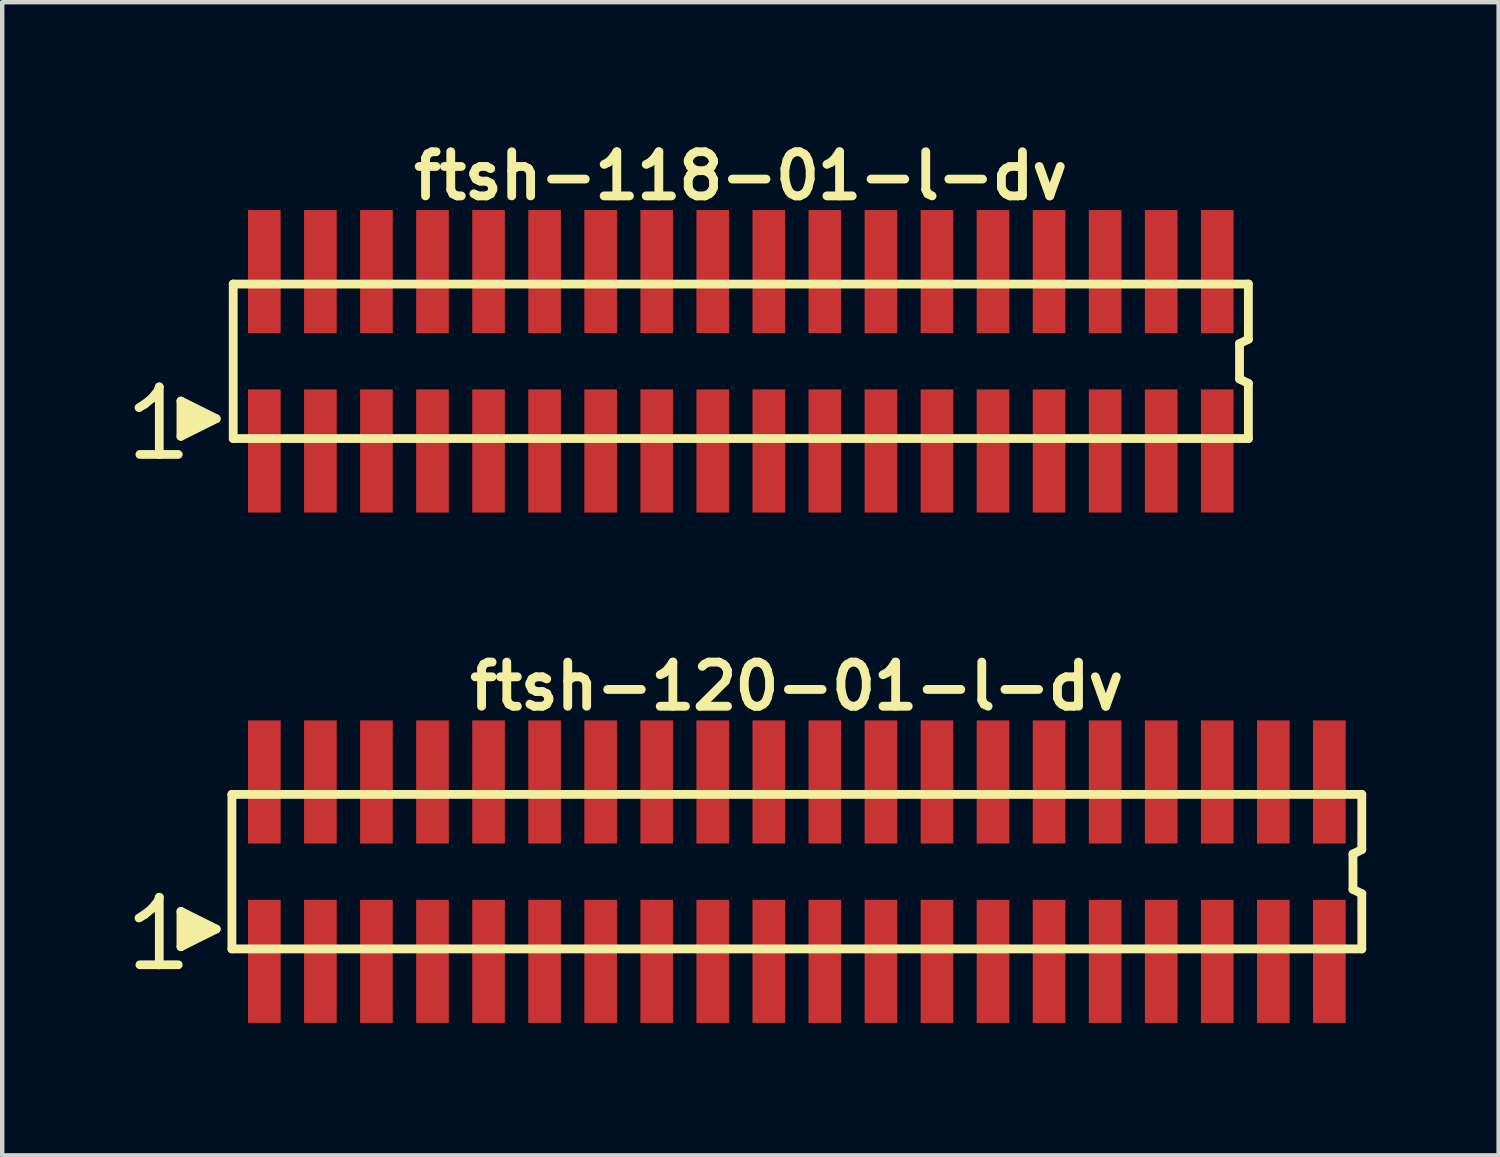
<source format=kicad_pcb>
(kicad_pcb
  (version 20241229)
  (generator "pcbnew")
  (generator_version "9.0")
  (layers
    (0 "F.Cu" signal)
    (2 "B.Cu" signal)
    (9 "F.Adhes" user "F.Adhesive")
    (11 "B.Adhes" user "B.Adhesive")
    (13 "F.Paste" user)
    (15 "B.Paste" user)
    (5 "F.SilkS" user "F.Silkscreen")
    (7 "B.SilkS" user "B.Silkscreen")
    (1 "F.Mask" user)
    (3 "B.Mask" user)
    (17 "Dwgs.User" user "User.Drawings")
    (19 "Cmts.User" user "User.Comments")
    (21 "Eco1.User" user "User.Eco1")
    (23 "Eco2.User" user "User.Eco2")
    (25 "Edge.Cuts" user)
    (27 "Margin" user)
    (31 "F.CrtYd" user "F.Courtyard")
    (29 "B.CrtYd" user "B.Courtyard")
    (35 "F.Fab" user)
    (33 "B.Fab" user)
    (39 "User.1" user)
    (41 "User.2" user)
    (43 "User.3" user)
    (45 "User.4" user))
  (footprint "ftsh-120-01-l-dv"
    (layer "F.Cu")
    (at 15.004 16.699)
    (property "Reference" "ftsh-120-01-l-dv" (at 0 -4.2 0) (layer "F.SilkS") (effects (font (size 1 1) (thickness 0.2))))
    (attr smd)
    (fp_line (start -14.905 1.05) (end -14.775 0.97) (stroke (width 0.198) (type solid)) (layer "F.SilkS"))
    (fp_line (start -14.775 0.97) (end -14.615 0.84) (stroke (width 0.198) (type solid)) (layer "F.SilkS"))
    (fp_line (start -14.615 0.84) (end -14.475 0.67) (stroke (width 0.198) (type solid)) (layer "F.SilkS"))
    (fp_line (start -14.475 0.67) (end -14.445 0.58) (stroke (width 0.198) (type solid)) (layer "F.SilkS"))
    (fp_line (start -14.445 0.58) (end -14.445 2.11) (stroke (width 0.198) (type solid)) (layer "F.SilkS"))
    (fp_line (start -14.445 2.11) (end -14.885 2.11) (stroke (width 0.198) (type solid)) (layer "F.SilkS"))
    (fp_line (start -14.015 2.11) (end -14.455 2.11) (stroke (width 0.198) (type solid)) (layer "F.SilkS"))
    (fp_line (start -13.955 0.9) (end -13.155 1.3) (stroke (width 0.198) (type solid)) (layer "F.SilkS"))
    (fp_line (start -13.955 1.7) (end -13.955 0.9) (stroke (width 0.198) (type solid)) (layer "F.SilkS"))
    (fp_line (start -13.855 1.6) (end -13.855 1) (stroke (width 0.198) (type solid)) (layer "F.SilkS"))
    (fp_line (start -13.755 1.1) (end -13.755 1.5) (stroke (width 0.198) (type solid)) (layer "F.SilkS"))
    (fp_line (start -13.655 1.5) (end -13.655 1.1) (stroke (width 0.198) (type solid)) (layer "F.SilkS"))
    (fp_line (start -13.555 1.2) (end -13.555 1.4) (stroke (width 0.198) (type solid)) (layer "F.SilkS"))
    (fp_line (start -13.455 1.4) (end -13.455 1.2) (stroke (width 0.198) (type solid)) (layer "F.SilkS"))
    (fp_line (start -13.155 1.3) (end -13.955 1.7) (stroke (width 0.198) (type solid)) (layer "F.SilkS"))
    (fp_line (start -12.8 -1.75) (end -12.8 1.75) (stroke (width 0.2) (type solid)) (layer "F.SilkS"))
    (fp_line (start -12.8 -1.75) (end 12.8 -1.75) (stroke (width 0.2) (type solid)) (layer "F.SilkS"))
    (fp_line (start -12.8 1.75) (end 12.8 1.75) (stroke (width 0.2) (type solid)) (layer "F.SilkS"))
    (fp_line (start 12.6 -0.4) (end 12.6 0.4) (stroke (width 0.2) (type solid)) (layer "F.SilkS"))
    (fp_line (start 12.6 0.4) (end 12.8 0.5) (stroke (width 0.2) (type solid)) (layer "F.SilkS"))
    (fp_line (start 12.8 -0.5) (end 12.6 -0.4) (stroke (width 0.2) (type solid)) (layer "F.SilkS"))
    (fp_line (start 12.8 -0.5) (end 12.8 -1.75) (stroke (width 0.2) (type solid)) (layer "F.SilkS"))
    (fp_line (start 12.8 0.5) (end 12.8 1.75) (stroke (width 0.2) (type solid)) (layer "F.SilkS"))
    (pad "1" smd rect (at -12.065 2.032) (size 0.74 2.79) (layers "F.Cu" "F.Mask" "F.Paste"))
    (pad "2" smd rect (at -12.065 -2.032) (size 0.74 2.79) (layers "F.Cu" "F.Mask" "F.Paste"))
    (pad "3" smd rect (at -10.795 2.032) (size 0.74 2.79) (layers "F.Cu" "F.Mask" "F.Paste"))
    (pad "4" smd rect (at -10.795 -2.032) (size 0.74 2.79) (layers "F.Cu" "F.Mask" "F.Paste"))
    (pad "5" smd rect (at -9.525 2.032) (size 0.74 2.79) (layers "F.Cu" "F.Mask" "F.Paste"))
    (pad "6" smd rect (at -9.525 -2.032) (size 0.74 2.79) (layers "F.Cu" "F.Mask" "F.Paste"))
    (pad "7" smd rect (at -8.255 2.032) (size 0.74 2.79) (layers "F.Cu" "F.Mask" "F.Paste"))
    (pad "8" smd rect (at -8.255 -2.032) (size 0.74 2.79) (layers "F.Cu" "F.Mask" "F.Paste"))
    (pad "9" smd rect (at -6.985 2.032) (size 0.74 2.79) (layers "F.Cu" "F.Mask" "F.Paste"))
    (pad "10" smd rect (at -6.985 -2.032) (size 0.74 2.79) (layers "F.Cu" "F.Mask" "F.Paste"))
    (pad "11" smd rect (at -5.715 2.032) (size 0.74 2.79) (layers "F.Cu" "F.Mask" "F.Paste"))
    (pad "12" smd rect (at -5.715 -2.032) (size 0.74 2.79) (layers "F.Cu" "F.Mask" "F.Paste"))
    (pad "13" smd rect (at -4.445 2.032) (size 0.74 2.79) (layers "F.Cu" "F.Mask" "F.Paste"))
    (pad "14" smd rect (at -4.445 -2.032) (size 0.74 2.79) (layers "F.Cu" "F.Mask" "F.Paste"))
    (pad "15" smd rect (at -3.175 2.032) (size 0.74 2.79) (layers "F.Cu" "F.Mask" "F.Paste"))
    (pad "16" smd rect (at -3.175 -2.032) (size 0.74 2.79) (layers "F.Cu" "F.Mask" "F.Paste"))
    (pad "17" smd rect (at -1.905 2.032) (size 0.74 2.79) (layers "F.Cu" "F.Mask" "F.Paste"))
    (pad "18" smd rect (at -1.905 -2.032) (size 0.74 2.79) (layers "F.Cu" "F.Mask" "F.Paste"))
    (pad "19" smd rect (at -0.635 2.032) (size 0.74 2.79) (layers "F.Cu" "F.Mask" "F.Paste"))
    (pad "20" smd rect (at -0.635 -2.032) (size 0.74 2.79) (layers "F.Cu" "F.Mask" "F.Paste"))
    (pad "21" smd rect (at 0.635 2.032) (size 0.74 2.79) (layers "F.Cu" "F.Mask" "F.Paste"))
    (pad "22" smd rect (at 0.635 -2.032) (size 0.74 2.79) (layers "F.Cu" "F.Mask" "F.Paste"))
    (pad "23" smd rect (at 1.905 2.032) (size 0.74 2.79) (layers "F.Cu" "F.Mask" "F.Paste"))
    (pad "24" smd rect (at 1.905 -2.032) (size 0.74 2.79) (layers "F.Cu" "F.Mask" "F.Paste"))
    (pad "25" smd rect (at 3.175 2.032) (size 0.74 2.79) (layers "F.Cu" "F.Mask" "F.Paste"))
    (pad "26" smd rect (at 3.175 -2.032) (size 0.74 2.79) (layers "F.Cu" "F.Mask" "F.Paste"))
    (pad "27" smd rect (at 4.445 2.032) (size 0.74 2.79) (layers "F.Cu" "F.Mask" "F.Paste"))
    (pad "28" smd rect (at 4.445 -2.032) (size 0.74 2.79) (layers "F.Cu" "F.Mask" "F.Paste"))
    (pad "29" smd rect (at 5.715 2.032) (size 0.74 2.79) (layers "F.Cu" "F.Mask" "F.Paste"))
    (pad "30" smd rect (at 5.715 -2.032) (size 0.74 2.79) (layers "F.Cu" "F.Mask" "F.Paste"))
    (pad "31" smd rect (at 6.985 2.032) (size 0.74 2.79) (layers "F.Cu" "F.Mask" "F.Paste"))
    (pad "32" smd rect (at 6.985 -2.032) (size 0.74 2.79) (layers "F.Cu" "F.Mask" "F.Paste"))
    (pad "33" smd rect (at 8.255 2.032) (size 0.74 2.79) (layers "F.Cu" "F.Mask" "F.Paste"))
    (pad "34" smd rect (at 8.255 -2.032) (size 0.74 2.79) (layers "F.Cu" "F.Mask" "F.Paste"))
    (pad "35" smd rect (at 9.525 2.032) (size 0.74 2.79) (layers "F.Cu" "F.Mask" "F.Paste"))
    (pad "36" smd rect (at 9.525 -2.032) (size 0.74 2.79) (layers "F.Cu" "F.Mask" "F.Paste"))
    (pad "37" smd rect (at 10.795 2.032) (size 0.74 2.79) (layers "F.Cu" "F.Mask" "F.Paste"))
    (pad "38" smd rect (at 10.795 -2.032) (size 0.74 2.79) (layers "F.Cu" "F.Mask" "F.Paste"))
    (pad "39" smd rect (at 12.065 2.032) (size 0.74 2.79) (layers "F.Cu" "F.Mask" "F.Paste"))
    (pad "40" smd rect (at 12.065 -2.032) (size 0.74 2.79) (layers "F.Cu" "F.Mask" "F.Paste")))
  (footprint "ftsh-118-01-l-dv"
    (layer "F.Cu")
    (at 13.734 5.136)
    (property "Reference" "ftsh-118-01-l-dv" (at 0 -4.2 0) (layer "F.SilkS") (effects (font (size 1 1) (thickness 0.2))))
    (attr smd)
    (fp_line (start -13.635 1.05) (end -13.505 0.97) (stroke (width 0.198) (type solid)) (layer "F.SilkS"))
    (fp_line (start -13.505 0.97) (end -13.345 0.84) (stroke (width 0.198) (type solid)) (layer "F.SilkS"))
    (fp_line (start -13.345 0.84) (end -13.205 0.67) (stroke (width 0.198) (type solid)) (layer "F.SilkS"))
    (fp_line (start -13.205 0.67) (end -13.175 0.58) (stroke (width 0.198) (type solid)) (layer "F.SilkS"))
    (fp_line (start -13.175 0.58) (end -13.175 2.11) (stroke (width 0.198) (type solid)) (layer "F.SilkS"))
    (fp_line (start -13.175 2.11) (end -13.615 2.11) (stroke (width 0.198) (type solid)) (layer "F.SilkS"))
    (fp_line (start -12.745 2.11) (end -13.185 2.11) (stroke (width 0.198) (type solid)) (layer "F.SilkS"))
    (fp_line (start -12.685 0.9) (end -11.885 1.3) (stroke (width 0.198) (type solid)) (layer "F.SilkS"))
    (fp_line (start -12.685 1.7) (end -12.685 0.9) (stroke (width 0.198) (type solid)) (layer "F.SilkS"))
    (fp_line (start -12.585 1.6) (end -12.585 1) (stroke (width 0.198) (type solid)) (layer "F.SilkS"))
    (fp_line (start -12.485 1.1) (end -12.485 1.5) (stroke (width 0.198) (type solid)) (layer "F.SilkS"))
    (fp_line (start -12.385 1.5) (end -12.385 1.1) (stroke (width 0.198) (type solid)) (layer "F.SilkS"))
    (fp_line (start -12.285 1.2) (end -12.285 1.4) (stroke (width 0.198) (type solid)) (layer "F.SilkS"))
    (fp_line (start -12.185 1.4) (end -12.185 1.2) (stroke (width 0.198) (type solid)) (layer "F.SilkS"))
    (fp_line (start -11.885 1.3) (end -12.685 1.7) (stroke (width 0.198) (type solid)) (layer "F.SilkS"))
    (fp_line (start -11.5 -1.75) (end -11.5 1.75) (stroke (width 0.2) (type solid)) (layer "F.SilkS"))
    (fp_line (start -11.5 -1.75) (end 11.5 -1.75) (stroke (width 0.2) (type solid)) (layer "F.SilkS"))
    (fp_line (start -11.5 1.75) (end 11.5 1.75) (stroke (width 0.2) (type solid)) (layer "F.SilkS"))
    (fp_line (start 11.3 -0.4) (end 11.3 0.4) (stroke (width 0.2) (type solid)) (layer "F.SilkS"))
    (fp_line (start 11.3 0.4) (end 11.5 0.5) (stroke (width 0.2) (type solid)) (layer "F.SilkS"))
    (fp_line (start 11.5 -0.5) (end 11.3 -0.4) (stroke (width 0.2) (type solid)) (layer "F.SilkS"))
    (fp_line (start 11.5 -0.5) (end 11.5 -1.75) (stroke (width 0.2) (type solid)) (layer "F.SilkS"))
    (fp_line (start 11.5 0.5) (end 11.5 1.75) (stroke (width 0.2) (type solid)) (layer "F.SilkS"))
    (pad "1" smd rect (at -10.795 2.032) (size 0.74 2.79) (layers "F.Cu" "F.Mask" "F.Paste"))
    (pad "2" smd rect (at -10.795 -2.032) (size 0.74 2.79) (layers "F.Cu" "F.Mask" "F.Paste"))
    (pad "3" smd rect (at -9.525 2.032) (size 0.74 2.79) (layers "F.Cu" "F.Mask" "F.Paste"))
    (pad "4" smd rect (at -9.525 -2.032) (size 0.74 2.79) (layers "F.Cu" "F.Mask" "F.Paste"))
    (pad "5" smd rect (at -8.255 2.032) (size 0.74 2.79) (layers "F.Cu" "F.Mask" "F.Paste"))
    (pad "6" smd rect (at -8.255 -2.032) (size 0.74 2.79) (layers "F.Cu" "F.Mask" "F.Paste"))
    (pad "7" smd rect (at -6.985 2.032) (size 0.74 2.79) (layers "F.Cu" "F.Mask" "F.Paste"))
    (pad "8" smd rect (at -6.985 -2.032) (size 0.74 2.79) (layers "F.Cu" "F.Mask" "F.Paste"))
    (pad "9" smd rect (at -5.715 2.032) (size 0.74 2.79) (layers "F.Cu" "F.Mask" "F.Paste"))
    (pad "10" smd rect (at -5.715 -2.032) (size 0.74 2.79) (layers "F.Cu" "F.Mask" "F.Paste"))
    (pad "11" smd rect (at -4.445 2.032) (size 0.74 2.79) (layers "F.Cu" "F.Mask" "F.Paste"))
    (pad "12" smd rect (at -4.445 -2.032) (size 0.74 2.79) (layers "F.Cu" "F.Mask" "F.Paste"))
    (pad "13" smd rect (at -3.175 2.032) (size 0.74 2.79) (layers "F.Cu" "F.Mask" "F.Paste"))
    (pad "14" smd rect (at -3.175 -2.032) (size 0.74 2.79) (layers "F.Cu" "F.Mask" "F.Paste"))
    (pad "15" smd rect (at -1.905 2.032) (size 0.74 2.79) (layers "F.Cu" "F.Mask" "F.Paste"))
    (pad "16" smd rect (at -1.905 -2.032) (size 0.74 2.79) (layers "F.Cu" "F.Mask" "F.Paste"))
    (pad "17" smd rect (at -0.635 2.032) (size 0.74 2.79) (layers "F.Cu" "F.Mask" "F.Paste"))
    (pad "18" smd rect (at -0.635 -2.032) (size 0.74 2.79) (layers "F.Cu" "F.Mask" "F.Paste"))
    (pad "19" smd rect (at 0.635 2.032) (size 0.74 2.79) (layers "F.Cu" "F.Mask" "F.Paste"))
    (pad "20" smd rect (at 0.635 -2.032) (size 0.74 2.79) (layers "F.Cu" "F.Mask" "F.Paste"))
    (pad "21" smd rect (at 1.905 2.032) (size 0.74 2.79) (layers "F.Cu" "F.Mask" "F.Paste"))
    (pad "22" smd rect (at 1.905 -2.032) (size 0.74 2.79) (layers "F.Cu" "F.Mask" "F.Paste"))
    (pad "23" smd rect (at 3.175 2.032) (size 0.74 2.79) (layers "F.Cu" "F.Mask" "F.Paste"))
    (pad "24" smd rect (at 3.175 -2.032) (size 0.74 2.79) (layers "F.Cu" "F.Mask" "F.Paste"))
    (pad "25" smd rect (at 4.445 2.032) (size 0.74 2.79) (layers "F.Cu" "F.Mask" "F.Paste"))
    (pad "26" smd rect (at 4.445 -2.032) (size 0.74 2.79) (layers "F.Cu" "F.Mask" "F.Paste"))
    (pad "27" smd rect (at 5.715 2.032) (size 0.74 2.79) (layers "F.Cu" "F.Mask" "F.Paste"))
    (pad "28" smd rect (at 5.715 -2.032) (size 0.74 2.79) (layers "F.Cu" "F.Mask" "F.Paste"))
    (pad "29" smd rect (at 6.985 2.032) (size 0.74 2.79) (layers "F.Cu" "F.Mask" "F.Paste"))
    (pad "30" smd rect (at 6.985 -2.032) (size 0.74 2.79) (layers "F.Cu" "F.Mask" "F.Paste"))
    (pad "31" smd rect (at 8.255 2.032) (size 0.74 2.79) (layers "F.Cu" "F.Mask" "F.Paste"))
    (pad "32" smd rect (at 8.255 -2.032) (size 0.74 2.79) (layers "F.Cu" "F.Mask" "F.Paste"))
    (pad "33" smd rect (at 9.525 2.032) (size 0.74 2.79) (layers "F.Cu" "F.Mask" "F.Paste"))
    (pad "34" smd rect (at 9.525 -2.032) (size 0.74 2.79) (layers "F.Cu" "F.Mask" "F.Paste"))
    (pad "35" smd rect (at 10.795 2.032) (size 0.74 2.79) (layers "F.Cu" "F.Mask" "F.Paste"))
    (pad "36" smd rect (at 10.795 -2.032) (size 0.74 2.79) (layers "F.Cu" "F.Mask" "F.Paste")))
  (gr_rect
    (start -3 -3)
    (end 30.904 23.126)
    (stroke (width 0.1) (type default))
    (fill no)
    (layer "Edge.Cuts")))
</source>
